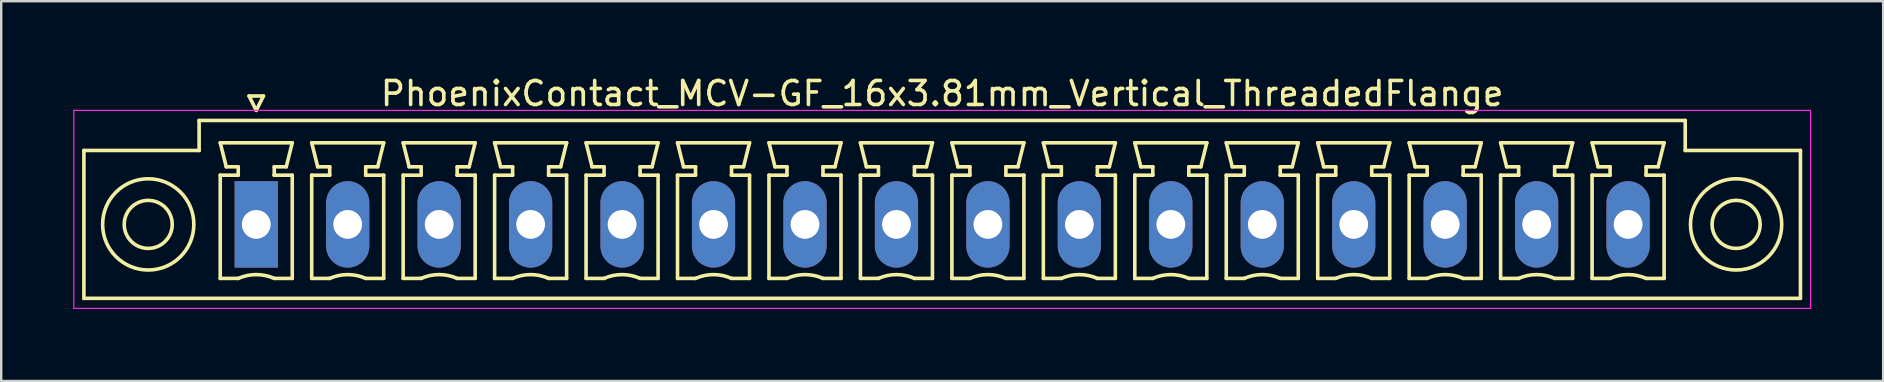
<source format=kicad_pcb>
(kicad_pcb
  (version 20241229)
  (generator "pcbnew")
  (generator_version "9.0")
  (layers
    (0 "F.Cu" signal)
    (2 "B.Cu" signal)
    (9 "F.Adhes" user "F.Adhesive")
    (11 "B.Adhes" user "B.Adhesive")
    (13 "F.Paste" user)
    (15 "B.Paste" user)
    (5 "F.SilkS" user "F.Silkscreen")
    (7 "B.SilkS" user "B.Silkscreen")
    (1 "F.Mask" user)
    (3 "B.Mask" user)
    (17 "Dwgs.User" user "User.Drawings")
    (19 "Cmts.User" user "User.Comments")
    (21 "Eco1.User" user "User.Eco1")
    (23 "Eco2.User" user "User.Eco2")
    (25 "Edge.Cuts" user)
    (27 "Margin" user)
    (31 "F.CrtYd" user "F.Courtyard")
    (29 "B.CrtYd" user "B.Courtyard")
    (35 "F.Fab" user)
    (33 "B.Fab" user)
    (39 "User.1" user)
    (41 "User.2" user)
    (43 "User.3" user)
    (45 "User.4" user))
  (footprint "PhoenixContact_MCV-GF_16x3.81mm_Vertical_ThreadedFlange"
    (layer "F.Cu")
    (at 7.625 6.298)
    (property "Reference" "PhoenixContact_MCV-GF_16x3.81mm_Vertical_ThreadedFlange" (at 28.575 -5.45 0) (layer "F.SilkS") (effects (font (size 1 1) (thickness 0.15))))
    (attr through_hole)
    (fp_line (start -7.18 -3.08) (end -7.18 3.08) (stroke (width 0.15) (type solid)) (layer "F.SilkS"))
    (fp_line (start -7.18 3.08) (end 64.33 3.08) (stroke (width 0.15) (type solid)) (layer "F.SilkS"))
    (fp_line (start -2.38 -4.33) (end -2.38 -3.08) (stroke (width 0.15) (type solid)) (layer "F.SilkS"))
    (fp_line (start -2.38 -3.08) (end -7.18 -3.08) (stroke (width 0.15) (type solid)) (layer "F.SilkS"))
    (fp_line (start -1.5 -3.4) (end 1.5 -3.4) (stroke (width 0.15) (type solid)) (layer "F.SilkS"))
    (fp_line (start -1.5 -2.05) (end -0.75 -2.05) (stroke (width 0.15) (type solid)) (layer "F.SilkS"))
    (fp_line (start -1.5 2.25) (end -1.5 -2.05) (stroke (width 0.15) (type solid)) (layer "F.SilkS"))
    (fp_line (start -1.25 -2.4) (end -1.5 -3.4) (stroke (width 0.15) (type solid)) (layer "F.SilkS"))
    (fp_line (start -0.75 -2.4) (end -1.25 -2.4) (stroke (width 0.15) (type solid)) (layer "F.SilkS"))
    (fp_line (start -0.75 -2.05) (end -0.75 -2.4) (stroke (width 0.15) (type solid)) (layer "F.SilkS"))
    (fp_line (start -0.75 2.25) (end -1.5 2.25) (stroke (width 0.15) (type solid)) (layer "F.SilkS"))
    (fp_line (start -0.3 -5.35) (end 0 -4.75) (stroke (width 0.15) (type solid)) (layer "F.SilkS"))
    (fp_line (start 0 -4.75) (end 0.3 -5.35) (stroke (width 0.15) (type solid)) (layer "F.SilkS"))
    (fp_line (start 0.3 -5.35) (end -0.3 -5.35) (stroke (width 0.15) (type solid)) (layer "F.SilkS"))
    (fp_line (start 0.75 -2.4) (end 0.75 -2.05) (stroke (width 0.15) (type solid)) (layer "F.SilkS"))
    (fp_line (start 0.75 -2.05) (end 0.75 -2.05) (stroke (width 0.15) (type solid)) (layer "F.SilkS"))
    (fp_line (start 0.75 -2.05) (end 1.5 -2.05) (stroke (width 0.15) (type solid)) (layer "F.SilkS"))
    (fp_line (start 1.25 -2.4) (end 0.75 -2.4) (stroke (width 0.15) (type solid)) (layer "F.SilkS"))
    (fp_line (start 1.5 -3.4) (end 1.25 -2.4) (stroke (width 0.15) (type solid)) (layer "F.SilkS"))
    (fp_line (start 1.5 -2.05) (end 1.5 2.25) (stroke (width 0.15) (type solid)) (layer "F.SilkS"))
    (fp_line (start 1.5 2.25) (end 0.75 2.25) (stroke (width 0.15) (type solid)) (layer "F.SilkS"))
    (fp_line (start 2.31 -3.4) (end 5.31 -3.4) (stroke (width 0.15) (type solid)) (layer "F.SilkS"))
    (fp_line (start 2.31 -2.05) (end 3.06 -2.05) (stroke (width 0.15) (type solid)) (layer "F.SilkS"))
    (fp_line (start 2.31 2.25) (end 2.31 -2.05) (stroke (width 0.15) (type solid)) (layer "F.SilkS"))
    (fp_line (start 2.56 -2.4) (end 2.31 -3.4) (stroke (width 0.15) (type solid)) (layer "F.SilkS"))
    (fp_line (start 3.06 -2.4) (end 2.56 -2.4) (stroke (width 0.15) (type solid)) (layer "F.SilkS"))
    (fp_line (start 3.06 -2.05) (end 3.06 -2.4) (stroke (width 0.15) (type solid)) (layer "F.SilkS"))
    (fp_line (start 3.06 2.25) (end 2.31 2.25) (stroke (width 0.15) (type solid)) (layer "F.SilkS"))
    (fp_line (start 4.56 -2.4) (end 4.56 -2.05) (stroke (width 0.15) (type solid)) (layer "F.SilkS"))
    (fp_line (start 4.56 -2.05) (end 4.56 -2.05) (stroke (width 0.15) (type solid)) (layer "F.SilkS"))
    (fp_line (start 4.56 -2.05) (end 5.31 -2.05) (stroke (width 0.15) (type solid)) (layer "F.SilkS"))
    (fp_line (start 5.06 -2.4) (end 4.56 -2.4) (stroke (width 0.15) (type solid)) (layer "F.SilkS"))
    (fp_line (start 5.31 -3.4) (end 5.06 -2.4) (stroke (width 0.15) (type solid)) (layer "F.SilkS"))
    (fp_line (start 5.31 -2.05) (end 5.31 2.25) (stroke (width 0.15) (type solid)) (layer "F.SilkS"))
    (fp_line (start 5.31 2.25) (end 4.56 2.25) (stroke (width 0.15) (type solid)) (layer "F.SilkS"))
    (fp_line (start 6.12 -3.4) (end 9.12 -3.4) (stroke (width 0.15) (type solid)) (layer "F.SilkS"))
    (fp_line (start 6.12 -2.05) (end 6.87 -2.05) (stroke (width 0.15) (type solid)) (layer "F.SilkS"))
    (fp_line (start 6.12 2.25) (end 6.12 -2.05) (stroke (width 0.15) (type solid)) (layer "F.SilkS"))
    (fp_line (start 6.37 -2.4) (end 6.12 -3.4) (stroke (width 0.15) (type solid)) (layer "F.SilkS"))
    (fp_line (start 6.87 -2.4) (end 6.37 -2.4) (stroke (width 0.15) (type solid)) (layer "F.SilkS"))
    (fp_line (start 6.87 -2.05) (end 6.87 -2.4) (stroke (width 0.15) (type solid)) (layer "F.SilkS"))
    (fp_line (start 6.87 2.25) (end 6.12 2.25) (stroke (width 0.15) (type solid)) (layer "F.SilkS"))
    (fp_line (start 8.37 -2.4) (end 8.37 -2.05) (stroke (width 0.15) (type solid)) (layer "F.SilkS"))
    (fp_line (start 8.37 -2.05) (end 8.37 -2.05) (stroke (width 0.15) (type solid)) (layer "F.SilkS"))
    (fp_line (start 8.37 -2.05) (end 9.12 -2.05) (stroke (width 0.15) (type solid)) (layer "F.SilkS"))
    (fp_line (start 8.87 -2.4) (end 8.37 -2.4) (stroke (width 0.15) (type solid)) (layer "F.SilkS"))
    (fp_line (start 9.12 -3.4) (end 8.87 -2.4) (stroke (width 0.15) (type solid)) (layer "F.SilkS"))
    (fp_line (start 9.12 -2.05) (end 9.12 2.25) (stroke (width 0.15) (type solid)) (layer "F.SilkS"))
    (fp_line (start 9.12 2.25) (end 8.37 2.25) (stroke (width 0.15) (type solid)) (layer "F.SilkS"))
    (fp_line (start 9.93 -3.4) (end 12.93 -3.4) (stroke (width 0.15) (type solid)) (layer "F.SilkS"))
    (fp_line (start 9.93 -2.05) (end 10.68 -2.05) (stroke (width 0.15) (type solid)) (layer "F.SilkS"))
    (fp_line (start 9.93 2.25) (end 9.93 -2.05) (stroke (width 0.15) (type solid)) (layer "F.SilkS"))
    (fp_line (start 10.18 -2.4) (end 9.93 -3.4) (stroke (width 0.15) (type solid)) (layer "F.SilkS"))
    (fp_line (start 10.68 -2.4) (end 10.18 -2.4) (stroke (width 0.15) (type solid)) (layer "F.SilkS"))
    (fp_line (start 10.68 -2.05) (end 10.68 -2.4) (stroke (width 0.15) (type solid)) (layer "F.SilkS"))
    (fp_line (start 10.68 2.25) (end 9.93 2.25) (stroke (width 0.15) (type solid)) (layer "F.SilkS"))
    (fp_line (start 12.18 -2.4) (end 12.18 -2.05) (stroke (width 0.15) (type solid)) (layer "F.SilkS"))
    (fp_line (start 12.18 -2.05) (end 12.18 -2.05) (stroke (width 0.15) (type solid)) (layer "F.SilkS"))
    (fp_line (start 12.18 -2.05) (end 12.93 -2.05) (stroke (width 0.15) (type solid)) (layer "F.SilkS"))
    (fp_line (start 12.68 -2.4) (end 12.18 -2.4) (stroke (width 0.15) (type solid)) (layer "F.SilkS"))
    (fp_line (start 12.93 -3.4) (end 12.68 -2.4) (stroke (width 0.15) (type solid)) (layer "F.SilkS"))
    (fp_line (start 12.93 -2.05) (end 12.93 2.25) (stroke (width 0.15) (type solid)) (layer "F.SilkS"))
    (fp_line (start 12.93 2.25) (end 12.18 2.25) (stroke (width 0.15) (type solid)) (layer "F.SilkS"))
    (fp_line (start 13.74 -3.4) (end 16.74 -3.4) (stroke (width 0.15) (type solid)) (layer "F.SilkS"))
    (fp_line (start 13.74 -2.05) (end 14.49 -2.05) (stroke (width 0.15) (type solid)) (layer "F.SilkS"))
    (fp_line (start 13.74 2.25) (end 13.74 -2.05) (stroke (width 0.15) (type solid)) (layer "F.SilkS"))
    (fp_line (start 13.99 -2.4) (end 13.74 -3.4) (stroke (width 0.15) (type solid)) (layer "F.SilkS"))
    (fp_line (start 14.49 -2.4) (end 13.99 -2.4) (stroke (width 0.15) (type solid)) (layer "F.SilkS"))
    (fp_line (start 14.49 -2.05) (end 14.49 -2.4) (stroke (width 0.15) (type solid)) (layer "F.SilkS"))
    (fp_line (start 14.49 2.25) (end 13.74 2.25) (stroke (width 0.15) (type solid)) (layer "F.SilkS"))
    (fp_line (start 15.99 -2.4) (end 15.99 -2.05) (stroke (width 0.15) (type solid)) (layer "F.SilkS"))
    (fp_line (start 15.99 -2.05) (end 15.99 -2.05) (stroke (width 0.15) (type solid)) (layer "F.SilkS"))
    (fp_line (start 15.99 -2.05) (end 16.74 -2.05) (stroke (width 0.15) (type solid)) (layer "F.SilkS"))
    (fp_line (start 16.49 -2.4) (end 15.99 -2.4) (stroke (width 0.15) (type solid)) (layer "F.SilkS"))
    (fp_line (start 16.74 -3.4) (end 16.49 -2.4) (stroke (width 0.15) (type solid)) (layer "F.SilkS"))
    (fp_line (start 16.74 -2.05) (end 16.74 2.25) (stroke (width 0.15) (type solid)) (layer "F.SilkS"))
    (fp_line (start 16.74 2.25) (end 15.99 2.25) (stroke (width 0.15) (type solid)) (layer "F.SilkS"))
    (fp_line (start 17.55 -3.4) (end 20.55 -3.4) (stroke (width 0.15) (type solid)) (layer "F.SilkS"))
    (fp_line (start 17.55 -2.05) (end 18.3 -2.05) (stroke (width 0.15) (type solid)) (layer "F.SilkS"))
    (fp_line (start 17.55 2.25) (end 17.55 -2.05) (stroke (width 0.15) (type solid)) (layer "F.SilkS"))
    (fp_line (start 17.8 -2.4) (end 17.55 -3.4) (stroke (width 0.15) (type solid)) (layer "F.SilkS"))
    (fp_line (start 18.3 -2.4) (end 17.8 -2.4) (stroke (width 0.15) (type solid)) (layer "F.SilkS"))
    (fp_line (start 18.3 -2.05) (end 18.3 -2.4) (stroke (width 0.15) (type solid)) (layer "F.SilkS"))
    (fp_line (start 18.3 2.25) (end 17.55 2.25) (stroke (width 0.15) (type solid)) (layer "F.SilkS"))
    (fp_line (start 19.8 -2.4) (end 19.8 -2.05) (stroke (width 0.15) (type solid)) (layer "F.SilkS"))
    (fp_line (start 19.8 -2.05) (end 19.8 -2.05) (stroke (width 0.15) (type solid)) (layer "F.SilkS"))
    (fp_line (start 19.8 -2.05) (end 20.55 -2.05) (stroke (width 0.15) (type solid)) (layer "F.SilkS"))
    (fp_line (start 20.3 -2.4) (end 19.8 -2.4) (stroke (width 0.15) (type solid)) (layer "F.SilkS"))
    (fp_line (start 20.55 -3.4) (end 20.3 -2.4) (stroke (width 0.15) (type solid)) (layer "F.SilkS"))
    (fp_line (start 20.55 -2.05) (end 20.55 2.25) (stroke (width 0.15) (type solid)) (layer "F.SilkS"))
    (fp_line (start 20.55 2.25) (end 19.8 2.25) (stroke (width 0.15) (type solid)) (layer "F.SilkS"))
    (fp_line (start 21.36 -3.4) (end 24.36 -3.4) (stroke (width 0.15) (type solid)) (layer "F.SilkS"))
    (fp_line (start 21.36 -2.05) (end 22.11 -2.05) (stroke (width 0.15) (type solid)) (layer "F.SilkS"))
    (fp_line (start 21.36 2.25) (end 21.36 -2.05) (stroke (width 0.15) (type solid)) (layer "F.SilkS"))
    (fp_line (start 21.61 -2.4) (end 21.36 -3.4) (stroke (width 0.15) (type solid)) (layer "F.SilkS"))
    (fp_line (start 22.11 -2.4) (end 21.61 -2.4) (stroke (width 0.15) (type solid)) (layer "F.SilkS"))
    (fp_line (start 22.11 -2.05) (end 22.11 -2.4) (stroke (width 0.15) (type solid)) (layer "F.SilkS"))
    (fp_line (start 22.11 2.25) (end 21.36 2.25) (stroke (width 0.15) (type solid)) (layer "F.SilkS"))
    (fp_line (start 23.61 -2.4) (end 23.61 -2.05) (stroke (width 0.15) (type solid)) (layer "F.SilkS"))
    (fp_line (start 23.61 -2.05) (end 23.61 -2.05) (stroke (width 0.15) (type solid)) (layer "F.SilkS"))
    (fp_line (start 23.61 -2.05) (end 24.36 -2.05) (stroke (width 0.15) (type solid)) (layer "F.SilkS"))
    (fp_line (start 24.11 -2.4) (end 23.61 -2.4) (stroke (width 0.15) (type solid)) (layer "F.SilkS"))
    (fp_line (start 24.36 -3.4) (end 24.11 -2.4) (stroke (width 0.15) (type solid)) (layer "F.SilkS"))
    (fp_line (start 24.36 -2.05) (end 24.36 2.25) (stroke (width 0.15) (type solid)) (layer "F.SilkS"))
    (fp_line (start 24.36 2.25) (end 23.61 2.25) (stroke (width 0.15) (type solid)) (layer "F.SilkS"))
    (fp_line (start 25.17 -3.4) (end 28.17 -3.4) (stroke (width 0.15) (type solid)) (layer "F.SilkS"))
    (fp_line (start 25.17 -2.05) (end 25.92 -2.05) (stroke (width 0.15) (type solid)) (layer "F.SilkS"))
    (fp_line (start 25.17 2.25) (end 25.17 -2.05) (stroke (width 0.15) (type solid)) (layer "F.SilkS"))
    (fp_line (start 25.42 -2.4) (end 25.17 -3.4) (stroke (width 0.15) (type solid)) (layer "F.SilkS"))
    (fp_line (start 25.92 -2.4) (end 25.42 -2.4) (stroke (width 0.15) (type solid)) (layer "F.SilkS"))
    (fp_line (start 25.92 -2.05) (end 25.92 -2.4) (stroke (width 0.15) (type solid)) (layer "F.SilkS"))
    (fp_line (start 25.92 2.25) (end 25.17 2.25) (stroke (width 0.15) (type solid)) (layer "F.SilkS"))
    (fp_line (start 27.42 -2.4) (end 27.42 -2.05) (stroke (width 0.15) (type solid)) (layer "F.SilkS"))
    (fp_line (start 27.42 -2.05) (end 27.42 -2.05) (stroke (width 0.15) (type solid)) (layer "F.SilkS"))
    (fp_line (start 27.42 -2.05) (end 28.17 -2.05) (stroke (width 0.15) (type solid)) (layer "F.SilkS"))
    (fp_line (start 27.92 -2.4) (end 27.42 -2.4) (stroke (width 0.15) (type solid)) (layer "F.SilkS"))
    (fp_line (start 28.17 -3.4) (end 27.92 -2.4) (stroke (width 0.15) (type solid)) (layer "F.SilkS"))
    (fp_line (start 28.17 -2.05) (end 28.17 2.25) (stroke (width 0.15) (type solid)) (layer "F.SilkS"))
    (fp_line (start 28.17 2.25) (end 27.42 2.25) (stroke (width 0.15) (type solid)) (layer "F.SilkS"))
    (fp_line (start 28.98 -3.4) (end 31.98 -3.4) (stroke (width 0.15) (type solid)) (layer "F.SilkS"))
    (fp_line (start 28.98 -2.05) (end 29.73 -2.05) (stroke (width 0.15) (type solid)) (layer "F.SilkS"))
    (fp_line (start 28.98 2.25) (end 28.98 -2.05) (stroke (width 0.15) (type solid)) (layer "F.SilkS"))
    (fp_line (start 29.23 -2.4) (end 28.98 -3.4) (stroke (width 0.15) (type solid)) (layer "F.SilkS"))
    (fp_line (start 29.73 -2.4) (end 29.23 -2.4) (stroke (width 0.15) (type solid)) (layer "F.SilkS"))
    (fp_line (start 29.73 -2.05) (end 29.73 -2.4) (stroke (width 0.15) (type solid)) (layer "F.SilkS"))
    (fp_line (start 29.73 2.25) (end 28.98 2.25) (stroke (width 0.15) (type solid)) (layer "F.SilkS"))
    (fp_line (start 31.23 -2.4) (end 31.23 -2.05) (stroke (width 0.15) (type solid)) (layer "F.SilkS"))
    (fp_line (start 31.23 -2.05) (end 31.23 -2.05) (stroke (width 0.15) (type solid)) (layer "F.SilkS"))
    (fp_line (start 31.23 -2.05) (end 31.98 -2.05) (stroke (width 0.15) (type solid)) (layer "F.SilkS"))
    (fp_line (start 31.73 -2.4) (end 31.23 -2.4) (stroke (width 0.15) (type solid)) (layer "F.SilkS"))
    (fp_line (start 31.98 -3.4) (end 31.73 -2.4) (stroke (width 0.15) (type solid)) (layer "F.SilkS"))
    (fp_line (start 31.98 -2.05) (end 31.98 2.25) (stroke (width 0.15) (type solid)) (layer "F.SilkS"))
    (fp_line (start 31.98 2.25) (end 31.23 2.25) (stroke (width 0.15) (type solid)) (layer "F.SilkS"))
    (fp_line (start 32.79 -3.4) (end 35.79 -3.4) (stroke (width 0.15) (type solid)) (layer "F.SilkS"))
    (fp_line (start 32.79 -2.05) (end 33.54 -2.05) (stroke (width 0.15) (type solid)) (layer "F.SilkS"))
    (fp_line (start 32.79 2.25) (end 32.79 -2.05) (stroke (width 0.15) (type solid)) (layer "F.SilkS"))
    (fp_line (start 33.04 -2.4) (end 32.79 -3.4) (stroke (width 0.15) (type solid)) (layer "F.SilkS"))
    (fp_line (start 33.54 -2.4) (end 33.04 -2.4) (stroke (width 0.15) (type solid)) (layer "F.SilkS"))
    (fp_line (start 33.54 -2.05) (end 33.54 -2.4) (stroke (width 0.15) (type solid)) (layer "F.SilkS"))
    (fp_line (start 33.54 2.25) (end 32.79 2.25) (stroke (width 0.15) (type solid)) (layer "F.SilkS"))
    (fp_line (start 35.04 -2.4) (end 35.04 -2.05) (stroke (width 0.15) (type solid)) (layer "F.SilkS"))
    (fp_line (start 35.04 -2.05) (end 35.04 -2.05) (stroke (width 0.15) (type solid)) (layer "F.SilkS"))
    (fp_line (start 35.04 -2.05) (end 35.79 -2.05) (stroke (width 0.15) (type solid)) (layer "F.SilkS"))
    (fp_line (start 35.54 -2.4) (end 35.04 -2.4) (stroke (width 0.15) (type solid)) (layer "F.SilkS"))
    (fp_line (start 35.79 -3.4) (end 35.54 -2.4) (stroke (width 0.15) (type solid)) (layer "F.SilkS"))
    (fp_line (start 35.79 -2.05) (end 35.79 2.25) (stroke (width 0.15) (type solid)) (layer "F.SilkS"))
    (fp_line (start 35.79 2.25) (end 35.04 2.25) (stroke (width 0.15) (type solid)) (layer "F.SilkS"))
    (fp_line (start 36.6 -3.4) (end 39.6 -3.4) (stroke (width 0.15) (type solid)) (layer "F.SilkS"))
    (fp_line (start 36.6 -2.05) (end 37.35 -2.05) (stroke (width 0.15) (type solid)) (layer "F.SilkS"))
    (fp_line (start 36.6 2.25) (end 36.6 -2.05) (stroke (width 0.15) (type solid)) (layer "F.SilkS"))
    (fp_line (start 36.85 -2.4) (end 36.6 -3.4) (stroke (width 0.15) (type solid)) (layer "F.SilkS"))
    (fp_line (start 37.35 -2.4) (end 36.85 -2.4) (stroke (width 0.15) (type solid)) (layer "F.SilkS"))
    (fp_line (start 37.35 -2.05) (end 37.35 -2.4) (stroke (width 0.15) (type solid)) (layer "F.SilkS"))
    (fp_line (start 37.35 2.25) (end 36.6 2.25) (stroke (width 0.15) (type solid)) (layer "F.SilkS"))
    (fp_line (start 38.85 -2.4) (end 38.85 -2.05) (stroke (width 0.15) (type solid)) (layer "F.SilkS"))
    (fp_line (start 38.85 -2.05) (end 38.85 -2.05) (stroke (width 0.15) (type solid)) (layer "F.SilkS"))
    (fp_line (start 38.85 -2.05) (end 39.6 -2.05) (stroke (width 0.15) (type solid)) (layer "F.SilkS"))
    (fp_line (start 39.35 -2.4) (end 38.85 -2.4) (stroke (width 0.15) (type solid)) (layer "F.SilkS"))
    (fp_line (start 39.6 -3.4) (end 39.35 -2.4) (stroke (width 0.15) (type solid)) (layer "F.SilkS"))
    (fp_line (start 39.6 -2.05) (end 39.6 2.25) (stroke (width 0.15) (type solid)) (layer "F.SilkS"))
    (fp_line (start 39.6 2.25) (end 38.85 2.25) (stroke (width 0.15) (type solid)) (layer "F.SilkS"))
    (fp_line (start 40.41 -3.4) (end 43.41 -3.4) (stroke (width 0.15) (type solid)) (layer "F.SilkS"))
    (fp_line (start 40.41 -2.05) (end 41.16 -2.05) (stroke (width 0.15) (type solid)) (layer "F.SilkS"))
    (fp_line (start 40.41 2.25) (end 40.41 -2.05) (stroke (width 0.15) (type solid)) (layer "F.SilkS"))
    (fp_line (start 40.66 -2.4) (end 40.41 -3.4) (stroke (width 0.15) (type solid)) (layer "F.SilkS"))
    (fp_line (start 41.16 -2.4) (end 40.66 -2.4) (stroke (width 0.15) (type solid)) (layer "F.SilkS"))
    (fp_line (start 41.16 -2.05) (end 41.16 -2.4) (stroke (width 0.15) (type solid)) (layer "F.SilkS"))
    (fp_line (start 41.16 2.25) (end 40.41 2.25) (stroke (width 0.15) (type solid)) (layer "F.SilkS"))
    (fp_line (start 42.66 -2.4) (end 42.66 -2.05) (stroke (width 0.15) (type solid)) (layer "F.SilkS"))
    (fp_line (start 42.66 -2.05) (end 42.66 -2.05) (stroke (width 0.15) (type solid)) (layer "F.SilkS"))
    (fp_line (start 42.66 -2.05) (end 43.41 -2.05) (stroke (width 0.15) (type solid)) (layer "F.SilkS"))
    (fp_line (start 43.16 -2.4) (end 42.66 -2.4) (stroke (width 0.15) (type solid)) (layer "F.SilkS"))
    (fp_line (start 43.41 -3.4) (end 43.16 -2.4) (stroke (width 0.15) (type solid)) (layer "F.SilkS"))
    (fp_line (start 43.41 -2.05) (end 43.41 2.25) (stroke (width 0.15) (type solid)) (layer "F.SilkS"))
    (fp_line (start 43.41 2.25) (end 42.66 2.25) (stroke (width 0.15) (type solid)) (layer "F.SilkS"))
    (fp_line (start 44.22 -3.4) (end 47.22 -3.4) (stroke (width 0.15) (type solid)) (layer "F.SilkS"))
    (fp_line (start 44.22 -2.05) (end 44.97 -2.05) (stroke (width 0.15) (type solid)) (layer "F.SilkS"))
    (fp_line (start 44.22 2.25) (end 44.22 -2.05) (stroke (width 0.15) (type solid)) (layer "F.SilkS"))
    (fp_line (start 44.47 -2.4) (end 44.22 -3.4) (stroke (width 0.15) (type solid)) (layer "F.SilkS"))
    (fp_line (start 44.97 -2.4) (end 44.47 -2.4) (stroke (width 0.15) (type solid)) (layer "F.SilkS"))
    (fp_line (start 44.97 -2.05) (end 44.97 -2.4) (stroke (width 0.15) (type solid)) (layer "F.SilkS"))
    (fp_line (start 44.97 2.25) (end 44.22 2.25) (stroke (width 0.15) (type solid)) (layer "F.SilkS"))
    (fp_line (start 46.47 -2.4) (end 46.47 -2.05) (stroke (width 0.15) (type solid)) (layer "F.SilkS"))
    (fp_line (start 46.47 -2.05) (end 46.47 -2.05) (stroke (width 0.15) (type solid)) (layer "F.SilkS"))
    (fp_line (start 46.47 -2.05) (end 47.22 -2.05) (stroke (width 0.15) (type solid)) (layer "F.SilkS"))
    (fp_line (start 46.97 -2.4) (end 46.47 -2.4) (stroke (width 0.15) (type solid)) (layer "F.SilkS"))
    (fp_line (start 47.22 -3.4) (end 46.97 -2.4) (stroke (width 0.15) (type solid)) (layer "F.SilkS"))
    (fp_line (start 47.22 -2.05) (end 47.22 2.25) (stroke (width 0.15) (type solid)) (layer "F.SilkS"))
    (fp_line (start 47.22 2.25) (end 46.47 2.25) (stroke (width 0.15) (type solid)) (layer "F.SilkS"))
    (fp_line (start 48.03 -3.4) (end 51.03 -3.4) (stroke (width 0.15) (type solid)) (layer "F.SilkS"))
    (fp_line (start 48.03 -2.05) (end 48.78 -2.05) (stroke (width 0.15) (type solid)) (layer "F.SilkS"))
    (fp_line (start 48.03 2.25) (end 48.03 -2.05) (stroke (width 0.15) (type solid)) (layer "F.SilkS"))
    (fp_line (start 48.28 -2.4) (end 48.03 -3.4) (stroke (width 0.15) (type solid)) (layer "F.SilkS"))
    (fp_line (start 48.78 -2.4) (end 48.28 -2.4) (stroke (width 0.15) (type solid)) (layer "F.SilkS"))
    (fp_line (start 48.78 -2.05) (end 48.78 -2.4) (stroke (width 0.15) (type solid)) (layer "F.SilkS"))
    (fp_line (start 48.78 2.25) (end 48.03 2.25) (stroke (width 0.15) (type solid)) (layer "F.SilkS"))
    (fp_line (start 50.28 -2.4) (end 50.28 -2.05) (stroke (width 0.15) (type solid)) (layer "F.SilkS"))
    (fp_line (start 50.28 -2.05) (end 50.28 -2.05) (stroke (width 0.15) (type solid)) (layer "F.SilkS"))
    (fp_line (start 50.28 -2.05) (end 51.03 -2.05) (stroke (width 0.15) (type solid)) (layer "F.SilkS"))
    (fp_line (start 50.78 -2.4) (end 50.28 -2.4) (stroke (width 0.15) (type solid)) (layer "F.SilkS"))
    (fp_line (start 51.03 -3.4) (end 50.78 -2.4) (stroke (width 0.15) (type solid)) (layer "F.SilkS"))
    (fp_line (start 51.03 -2.05) (end 51.03 2.25) (stroke (width 0.15) (type solid)) (layer "F.SilkS"))
    (fp_line (start 51.03 2.25) (end 50.28 2.25) (stroke (width 0.15) (type solid)) (layer "F.SilkS"))
    (fp_line (start 51.84 -3.4) (end 54.84 -3.4) (stroke (width 0.15) (type solid)) (layer "F.SilkS"))
    (fp_line (start 51.84 -2.05) (end 52.59 -2.05) (stroke (width 0.15) (type solid)) (layer "F.SilkS"))
    (fp_line (start 51.84 2.25) (end 51.84 -2.05) (stroke (width 0.15) (type solid)) (layer "F.SilkS"))
    (fp_line (start 52.09 -2.4) (end 51.84 -3.4) (stroke (width 0.15) (type solid)) (layer "F.SilkS"))
    (fp_line (start 52.59 -2.4) (end 52.09 -2.4) (stroke (width 0.15) (type solid)) (layer "F.SilkS"))
    (fp_line (start 52.59 -2.05) (end 52.59 -2.4) (stroke (width 0.15) (type solid)) (layer "F.SilkS"))
    (fp_line (start 52.59 2.25) (end 51.84 2.25) (stroke (width 0.15) (type solid)) (layer "F.SilkS"))
    (fp_line (start 54.09 -2.4) (end 54.09 -2.05) (stroke (width 0.15) (type solid)) (layer "F.SilkS"))
    (fp_line (start 54.09 -2.05) (end 54.09 -2.05) (stroke (width 0.15) (type solid)) (layer "F.SilkS"))
    (fp_line (start 54.09 -2.05) (end 54.84 -2.05) (stroke (width 0.15) (type solid)) (layer "F.SilkS"))
    (fp_line (start 54.59 -2.4) (end 54.09 -2.4) (stroke (width 0.15) (type solid)) (layer "F.SilkS"))
    (fp_line (start 54.84 -3.4) (end 54.59 -2.4) (stroke (width 0.15) (type solid)) (layer "F.SilkS"))
    (fp_line (start 54.84 -2.05) (end 54.84 2.25) (stroke (width 0.15) (type solid)) (layer "F.SilkS"))
    (fp_line (start 54.84 2.25) (end 54.09 2.25) (stroke (width 0.15) (type solid)) (layer "F.SilkS"))
    (fp_line (start 55.65 -3.4) (end 58.65 -3.4) (stroke (width 0.15) (type solid)) (layer "F.SilkS"))
    (fp_line (start 55.65 -2.05) (end 56.4 -2.05) (stroke (width 0.15) (type solid)) (layer "F.SilkS"))
    (fp_line (start 55.65 2.25) (end 55.65 -2.05) (stroke (width 0.15) (type solid)) (layer "F.SilkS"))
    (fp_line (start 55.9 -2.4) (end 55.65 -3.4) (stroke (width 0.15) (type solid)) (layer "F.SilkS"))
    (fp_line (start 56.4 -2.4) (end 55.9 -2.4) (stroke (width 0.15) (type solid)) (layer "F.SilkS"))
    (fp_line (start 56.4 -2.05) (end 56.4 -2.4) (stroke (width 0.15) (type solid)) (layer "F.SilkS"))
    (fp_line (start 56.4 2.25) (end 55.65 2.25) (stroke (width 0.15) (type solid)) (layer "F.SilkS"))
    (fp_line (start 57.9 -2.4) (end 57.9 -2.05) (stroke (width 0.15) (type solid)) (layer "F.SilkS"))
    (fp_line (start 57.9 -2.05) (end 57.9 -2.05) (stroke (width 0.15) (type solid)) (layer "F.SilkS"))
    (fp_line (start 57.9 -2.05) (end 58.65 -2.05) (stroke (width 0.15) (type solid)) (layer "F.SilkS"))
    (fp_line (start 58.4 -2.4) (end 57.9 -2.4) (stroke (width 0.15) (type solid)) (layer "F.SilkS"))
    (fp_line (start 58.65 -3.4) (end 58.4 -2.4) (stroke (width 0.15) (type solid)) (layer "F.SilkS"))
    (fp_line (start 58.65 -2.05) (end 58.65 2.25) (stroke (width 0.15) (type solid)) (layer "F.SilkS"))
    (fp_line (start 58.65 2.25) (end 57.9 2.25) (stroke (width 0.15) (type solid)) (layer "F.SilkS"))
    (fp_line (start 59.53 -4.33) (end -2.38 -4.33) (stroke (width 0.15) (type solid)) (layer "F.SilkS"))
    (fp_line (start 59.53 -3.08) (end 59.53 -4.33) (stroke (width 0.15) (type solid)) (layer "F.SilkS"))
    (fp_line (start 64.33 -3.08) (end 59.53 -3.08) (stroke (width 0.15) (type solid)) (layer "F.SilkS"))
    (fp_line (start 64.33 3.08) (end 64.33 -3.08) (stroke (width 0.15) (type solid)) (layer "F.SilkS"))
    (fp_arc (start -0.75 2.25) (mid -0.000193 2.09191) (end 0.749647 2.249844) (stroke (width 0.15) (type solid)) (layer "F.SilkS"))
    (fp_arc (start 3.06 2.25) (mid 3.809807 2.09191) (end 4.559647 2.249844) (stroke (width 0.15) (type solid)) (layer "F.SilkS"))
    (fp_arc (start 6.87 2.25) (mid 7.619807 2.09191) (end 8.369647 2.249844) (stroke (width 0.15) (type solid)) (layer "F.SilkS"))
    (fp_arc (start 10.68 2.25) (mid 11.429807 2.09191) (end 12.179647 2.249844) (stroke (width 0.15) (type solid)) (layer "F.SilkS"))
    (fp_arc (start 14.49 2.25) (mid 15.239807 2.09191) (end 15.989647 2.249844) (stroke (width 0.15) (type solid)) (layer "F.SilkS"))
    (fp_arc (start 18.3 2.25) (mid 19.049807 2.09191) (end 19.799647 2.249844) (stroke (width 0.15) (type solid)) (layer "F.SilkS"))
    (fp_arc (start 22.11 2.25) (mid 22.859807 2.09191) (end 23.609647 2.249844) (stroke (width 0.15) (type solid)) (layer "F.SilkS"))
    (fp_arc (start 25.92 2.25) (mid 26.669807 2.09191) (end 27.419647 2.249844) (stroke (width 0.15) (type solid)) (layer "F.SilkS"))
    (fp_arc (start 29.73 2.25) (mid 30.479807 2.09191) (end 31.229647 2.249844) (stroke (width 0.15) (type solid)) (layer "F.SilkS"))
    (fp_arc (start 33.54 2.25) (mid 34.289807 2.09191) (end 35.039647 2.249844) (stroke (width 0.15) (type solid)) (layer "F.SilkS"))
    (fp_arc (start 37.35 2.25) (mid 38.099807 2.09191) (end 38.849647 2.249844) (stroke (width 0.15) (type solid)) (layer "F.SilkS"))
    (fp_arc (start 41.16 2.25) (mid 41.909807 2.09191) (end 42.659647 2.249844) (stroke (width 0.15) (type solid)) (layer "F.SilkS"))
    (fp_arc (start 44.97 2.25) (mid 45.719807 2.09191) (end 46.469647 2.249844) (stroke (width 0.15) (type solid)) (layer "F.SilkS"))
    (fp_arc (start 48.78 2.25) (mid 49.529807 2.09191) (end 50.279647 2.249844) (stroke (width 0.15) (type solid)) (layer "F.SilkS"))
    (fp_arc (start 52.59 2.25) (mid 53.339807 2.09191) (end 54.089647 2.249844) (stroke (width 0.15) (type solid)) (layer "F.SilkS"))
    (fp_arc (start 56.4 2.25) (mid 57.149807 2.09191) (end 57.899647 2.249844) (stroke (width 0.15) (type solid)) (layer "F.SilkS"))
    (fp_circle (center -4.5 0) (end -3.5 0) (stroke (width 0.15) (type solid)) (fill no) (layer "F.SilkS"))
    (fp_circle (center -4.5 0) (end -2.6 0) (stroke (width 0.15) (type solid)) (fill no) (layer "F.SilkS"))
    (fp_circle (center 61.65 0) (end 62.65 0) (stroke (width 0.15) (type solid)) (fill no) (layer "F.SilkS"))
    (fp_circle (center 61.65 0) (end 63.55 0) (stroke (width 0.15) (type solid)) (fill no) (layer "F.SilkS"))
    (fp_line (start -7.6 -4.75) (end -7.6 3.5) (stroke (width 0.05) (type solid)) (layer "F.CrtYd"))
    (fp_line (start -7.6 3.5) (end 64.75 3.5) (stroke (width 0.05) (type solid)) (layer "F.CrtYd"))
    (fp_line (start 64.75 -4.75) (end -7.6 -4.75) (stroke (width 0.05) (type solid)) (layer "F.CrtYd"))
    (fp_line (start 64.75 3.5) (end 64.75 -4.75) (stroke (width 0.05) (type solid)) (layer "F.CrtYd"))
    (pad "1" thru_hole rect (at 0 0) (size 1.8 3.6) (drill 1.2) (layers "*.Cu" "*.Mask"))
    (pad "2" thru_hole oval (at 3.81 0) (size 1.8 3.6) (drill 1.2) (layers "*.Cu" "*.Mask"))
    (pad "3" thru_hole oval (at 7.62 0) (size 1.8 3.6) (drill 1.2) (layers "*.Cu" "*.Mask"))
    (pad "4" thru_hole oval (at 11.43 0) (size 1.8 3.6) (drill 1.2) (layers "*.Cu" "*.Mask"))
    (pad "5" thru_hole oval (at 15.24 0) (size 1.8 3.6) (drill 1.2) (layers "*.Cu" "*.Mask"))
    (pad "6" thru_hole oval (at 19.05 0) (size 1.8 3.6) (drill 1.2) (layers "*.Cu" "*.Mask"))
    (pad "7" thru_hole oval (at 22.86 0) (size 1.8 3.6) (drill 1.2) (layers "*.Cu" "*.Mask"))
    (pad "8" thru_hole oval (at 26.67 0) (size 1.8 3.6) (drill 1.2) (layers "*.Cu" "*.Mask"))
    (pad "9" thru_hole oval (at 30.48 0) (size 1.8 3.6) (drill 1.2) (layers "*.Cu" "*.Mask"))
    (pad "10" thru_hole oval (at 34.29 0) (size 1.8 3.6) (drill 1.2) (layers "*.Cu" "*.Mask"))
    (pad "11" thru_hole oval (at 38.1 0) (size 1.8 3.6) (drill 1.2) (layers "*.Cu" "*.Mask"))
    (pad "12" thru_hole oval (at 41.91 0) (size 1.8 3.6) (drill 1.2) (layers "*.Cu" "*.Mask"))
    (pad "13" thru_hole oval (at 45.72 0) (size 1.8 3.6) (drill 1.2) (layers "*.Cu" "*.Mask"))
    (pad "14" thru_hole oval (at 49.53 0) (size 1.8 3.6) (drill 1.2) (layers "*.Cu" "*.Mask"))
    (pad "15" thru_hole oval (at 53.34 0) (size 1.8 3.6) (drill 1.2) (layers "*.Cu" "*.Mask"))
    (pad "16" thru_hole oval (at 57.15 0) (size 1.8 3.6) (drill 1.2) (layers "*.Cu" "*.Mask")))
  (gr_rect
    (start -3 -3)
    (end 75.4 12.823)
    (stroke (width 0.1) (type default))
    (fill no)
    (layer "Edge.Cuts")))
</source>
